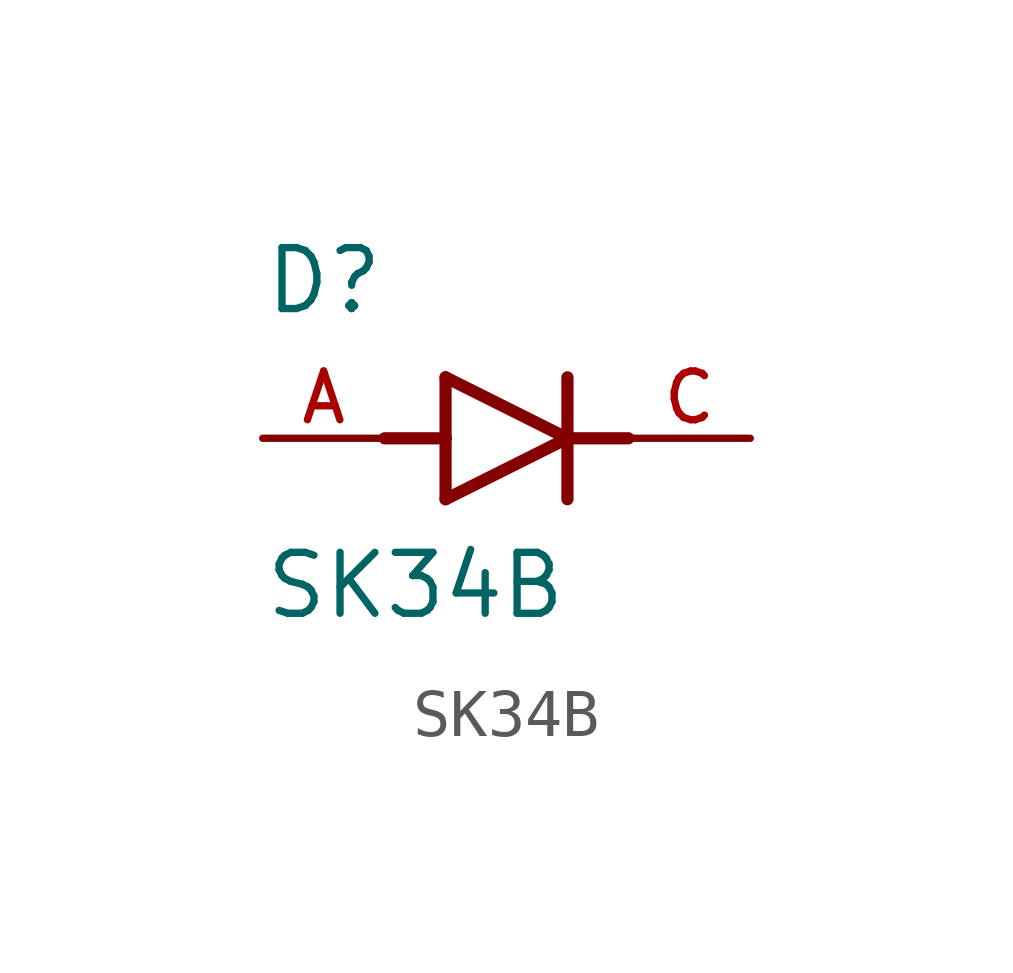
<source format=kicad_sym>
(kicad_symbol_lib
  (version 20211014)
  (generator kicad_symbol_editor)
  (symbol "SK34B"
    (pin_names
      (offset 1.016))
    (property "Reference" "D"
      (at -5.08 2.54 0)
      (effects (font (size 1.27 1.27)) (justify bottom left)))
    (property "Value" "SK34B"
      (at -5.08 -3.81 0)
      (effects (font (size 1.27 1.27)) (justify bottom left)))
    (symbol "SK34B_0_0"
      (polyline (pts (xy -1.27 -1.27) (xy 1.27 0.0)) (stroke (width 0.254)))
      (polyline (pts (xy 1.27 0.0) (xy -1.27 1.27)) (stroke (width 0.254)))
      (polyline (pts (xy 1.27 1.27) (xy 1.27 0.0)) (stroke (width 0.254)))
      (polyline (pts (xy -1.27 1.27) (xy -1.27 0.0)) (stroke (width 0.254)))
      (polyline (pts (xy -1.27 0.0) (xy -1.27 -1.27)) (stroke (width 0.254)))
      (polyline (pts (xy 1.27 0.0) (xy 1.27 -1.27)) (stroke (width 0.254)))
      (polyline (pts (xy -2.54 0.0) (xy -1.27 0.0)) (stroke (width 0.254)))
      (polyline (pts (xy 1.27 0.0) (xy 2.54 0.0)) (stroke (width 0.254)))
      (pin passive line (at 5.08 0.0 180.0) (length 2.54) (name "~" (effects (font (size 1.016 1.016)))) (number "C" (effects (font (size 1.016 1.016)))))
      (pin passive line (at -5.08 0.0 0) (length 2.54) (name "~" (effects (font (size 1.016 1.016)))) (number "A" (effects (font (size 1.016 1.016))))))))
</source>
